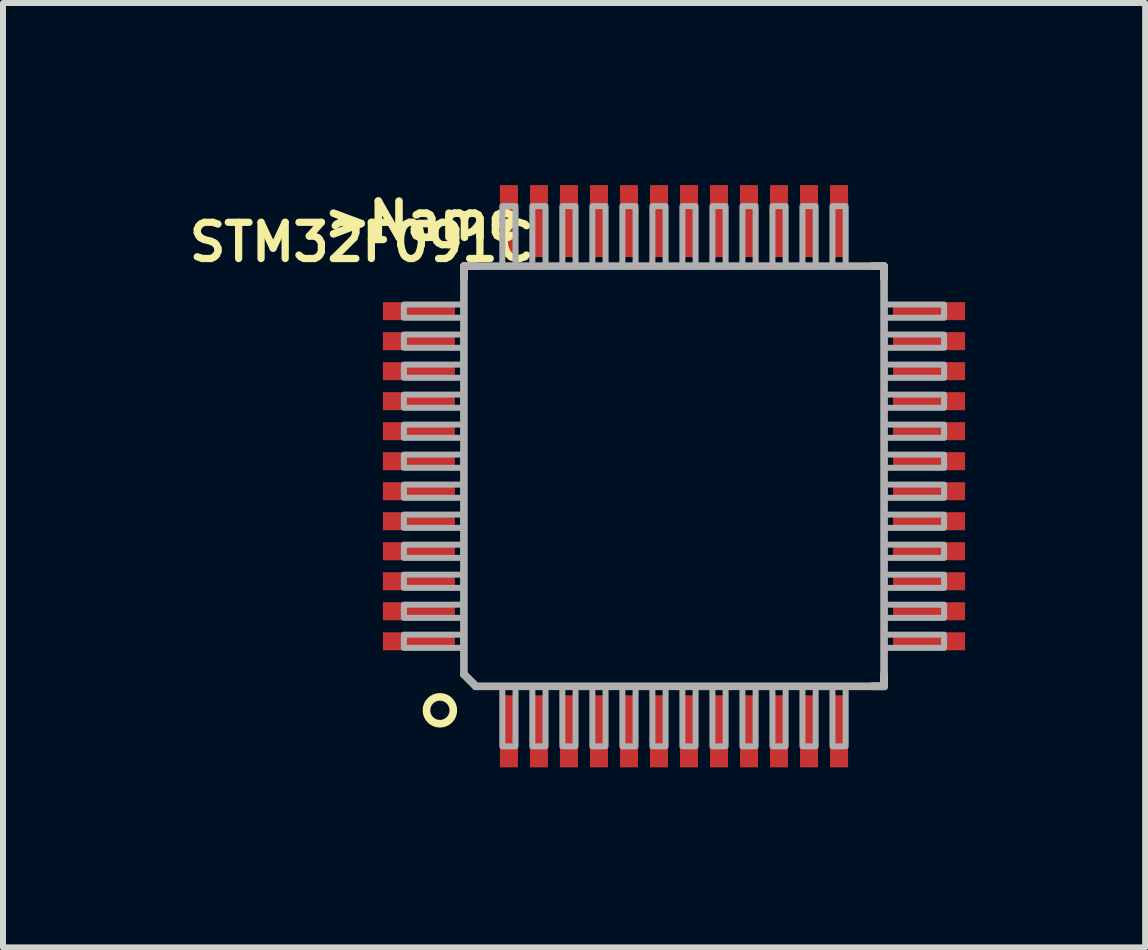
<source format=kicad_pcb>
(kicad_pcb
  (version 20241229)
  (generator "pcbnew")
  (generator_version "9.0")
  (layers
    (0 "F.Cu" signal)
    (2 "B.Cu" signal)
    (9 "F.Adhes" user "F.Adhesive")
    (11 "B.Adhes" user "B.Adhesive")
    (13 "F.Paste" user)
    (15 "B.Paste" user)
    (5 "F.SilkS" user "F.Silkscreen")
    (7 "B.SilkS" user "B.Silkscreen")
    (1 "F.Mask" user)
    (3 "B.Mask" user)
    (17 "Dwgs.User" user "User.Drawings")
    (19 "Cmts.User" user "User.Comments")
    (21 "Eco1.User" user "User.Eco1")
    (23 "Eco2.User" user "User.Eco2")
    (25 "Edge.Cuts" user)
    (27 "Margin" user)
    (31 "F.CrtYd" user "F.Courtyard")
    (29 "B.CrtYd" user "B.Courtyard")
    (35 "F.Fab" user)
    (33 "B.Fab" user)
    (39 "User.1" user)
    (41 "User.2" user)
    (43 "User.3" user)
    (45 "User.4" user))
  (footprint "STM32F091C"
    (layer "F.Cu")
    (at 8.179 4.884)
    (property "Reference" "STM32F091C" (at -5.2 -3.9 0) (layer "F.SilkS") (effects (font (size 0.603 0.603) (thickness 0.121))))
    (attr through_hole)
    (fp_line (start -3.5 -3.5) (end -3.3 -3.5) (stroke (width 0.127) (type solid)) (layer "F.SilkS"))
    (fp_line (start -3.5 -3.3) (end -3.5 -3.5) (stroke (width 0.127) (type solid)) (layer "F.SilkS"))
    (fp_line (start -3.3 3.5) (end -3.5 3.3) (stroke (width 0.127) (type solid)) (layer "F.SilkS"))
    (fp_line (start 3.3 -3.5) (end 3.5 -3.5) (stroke (width 0.127) (type solid)) (layer "F.SilkS"))
    (fp_line (start 3.5 -3.5) (end 3.5 -3.3) (stroke (width 0.127) (type solid)) (layer "F.SilkS"))
    (fp_line (start 3.5 3.5) (end 3.3 3.5) (stroke (width 0.127) (type solid)) (layer "F.SilkS"))
    (fp_line (start 3.5 3.5) (end 3.5 3.3) (stroke (width 0.127) (type solid)) (layer "F.SilkS"))
    (fp_circle (center -3.9 3.9) (end -3.676 3.9) (stroke (width 0.127) (type solid)) (fill no) (layer "F.SilkS"))
    (fp_line (start -3.5 -3.5) (end 3.5 -3.5) (stroke (width 0.127) (type solid)) (layer "F.Fab"))
    (fp_line (start -3.5 3.3) (end -3.5 -3.5) (stroke (width 0.127) (type solid)) (layer "F.Fab"))
    (fp_line (start -3.3 3.5) (end -3.5 3.3) (stroke (width 0.127) (type solid)) (layer "F.Fab"))
    (fp_line (start 3.5 -3.5) (end 3.5 3.5) (stroke (width 0.127) (type solid)) (layer "F.Fab"))
    (fp_line (start 3.5 3.5) (end -3.3 3.5) (stroke (width 0.127) (type solid)) (layer "F.Fab"))
    (fp_poly (pts (xy -3.5 -2.86) (xy -4.5 -2.86) (xy -4.5 -2.64) (xy -3.5 -2.64)) (stroke (width 0.1) (type solid)) (fill no) (layer "F.Fab"))
    (fp_poly (pts (xy -3.5 -2.36) (xy -4.5 -2.36) (xy -4.5 -2.14) (xy -3.5 -2.14)) (stroke (width 0.1) (type solid)) (fill no) (layer "F.Fab"))
    (fp_poly (pts (xy -3.5 -1.86) (xy -4.5 -1.86) (xy -4.5 -1.64) (xy -3.5 -1.64)) (stroke (width 0.1) (type solid)) (fill no) (layer "F.Fab"))
    (fp_poly (pts (xy -3.5 -1.36) (xy -4.5 -1.36) (xy -4.5 -1.14) (xy -3.5 -1.14)) (stroke (width 0.1) (type solid)) (fill no) (layer "F.Fab"))
    (fp_poly (pts (xy -3.5 -0.86) (xy -4.5 -0.86) (xy -4.5 -0.64) (xy -3.5 -0.64)) (stroke (width 0.1) (type solid)) (fill no) (layer "F.Fab"))
    (fp_poly (pts (xy -3.5 -0.36) (xy -4.5 -0.36) (xy -4.5 -0.14) (xy -3.5 -0.14)) (stroke (width 0.1) (type solid)) (fill no) (layer "F.Fab"))
    (fp_poly (pts (xy -3.5 0.14) (xy -4.5 0.14) (xy -4.5 0.36) (xy -3.5 0.36)) (stroke (width 0.1) (type solid)) (fill no) (layer "F.Fab"))
    (fp_poly (pts (xy -3.5 0.64) (xy -4.5 0.64) (xy -4.5 0.86) (xy -3.5 0.86)) (stroke (width 0.1) (type solid)) (fill no) (layer "F.Fab"))
    (fp_poly (pts (xy -3.5 1.14) (xy -4.5 1.14) (xy -4.5 1.36) (xy -3.5 1.36)) (stroke (width 0.1) (type solid)) (fill no) (layer "F.Fab"))
    (fp_poly (pts (xy -3.5 1.64) (xy -4.5 1.64) (xy -4.5 1.86) (xy -3.5 1.86)) (stroke (width 0.1) (type solid)) (fill no) (layer "F.Fab"))
    (fp_poly (pts (xy -3.5 2.14) (xy -4.5 2.14) (xy -4.5 2.36) (xy -3.5 2.36)) (stroke (width 0.1) (type solid)) (fill no) (layer "F.Fab"))
    (fp_poly (pts (xy -3.5 2.64) (xy -4.5 2.64) (xy -4.5 2.86) (xy -3.5 2.86)) (stroke (width 0.1) (type solid)) (fill no) (layer "F.Fab"))
    (fp_poly (pts (xy -2.86 -4.5) (xy -2.86 -3.5) (xy -2.64 -3.5) (xy -2.64 -4.5)) (stroke (width 0.1) (type solid)) (fill no) (layer "F.Fab"))
    (fp_poly (pts (xy -2.64 4.5) (xy -2.64 3.5) (xy -2.86 3.5) (xy -2.86 4.5)) (stroke (width 0.1) (type solid)) (fill no) (layer "F.Fab"))
    (fp_poly (pts (xy -2.36 -4.5) (xy -2.36 -3.5) (xy -2.14 -3.5) (xy -2.14 -4.5)) (stroke (width 0.1) (type solid)) (fill no) (layer "F.Fab"))
    (fp_poly (pts (xy -2.14 4.5) (xy -2.14 3.5) (xy -2.36 3.5) (xy -2.36 4.5)) (stroke (width 0.1) (type solid)) (fill no) (layer "F.Fab"))
    (fp_poly (pts (xy -1.86 -4.5) (xy -1.86 -3.5) (xy -1.64 -3.5) (xy -1.64 -4.5)) (stroke (width 0.1) (type solid)) (fill no) (layer "F.Fab"))
    (fp_poly (pts (xy -1.64 4.5) (xy -1.64 3.5) (xy -1.86 3.5) (xy -1.86 4.5)) (stroke (width 0.1) (type solid)) (fill no) (layer "F.Fab"))
    (fp_poly (pts (xy -1.36 -4.5) (xy -1.36 -3.5) (xy -1.14 -3.5) (xy -1.14 -4.5)) (stroke (width 0.1) (type solid)) (fill no) (layer "F.Fab"))
    (fp_poly (pts (xy -1.14 4.5) (xy -1.14 3.5) (xy -1.36 3.5) (xy -1.36 4.5)) (stroke (width 0.1) (type solid)) (fill no) (layer "F.Fab"))
    (fp_poly (pts (xy -0.86 -4.5) (xy -0.86 -3.5) (xy -0.64 -3.5) (xy -0.64 -4.5)) (stroke (width 0.1) (type solid)) (fill no) (layer "F.Fab"))
    (fp_poly (pts (xy -0.64 4.5) (xy -0.64 3.5) (xy -0.86 3.5) (xy -0.86 4.5)) (stroke (width 0.1) (type solid)) (fill no) (layer "F.Fab"))
    (fp_poly (pts (xy -0.36 -4.5) (xy -0.36 -3.5) (xy -0.14 -3.5) (xy -0.14 -4.5)) (stroke (width 0.1) (type solid)) (fill no) (layer "F.Fab"))
    (fp_poly (pts (xy -0.14 4.5) (xy -0.14 3.5) (xy -0.36 3.5) (xy -0.36 4.5)) (stroke (width 0.1) (type solid)) (fill no) (layer "F.Fab"))
    (fp_poly (pts (xy 0.14 -4.5) (xy 0.14 -3.5) (xy 0.36 -3.5) (xy 0.36 -4.5)) (stroke (width 0.1) (type solid)) (fill no) (layer "F.Fab"))
    (fp_poly (pts (xy 0.36 4.5) (xy 0.36 3.5) (xy 0.14 3.5) (xy 0.14 4.5)) (stroke (width 0.1) (type solid)) (fill no) (layer "F.Fab"))
    (fp_poly (pts (xy 0.64 -4.5) (xy 0.64 -3.5) (xy 0.86 -3.5) (xy 0.86 -4.5)) (stroke (width 0.1) (type solid)) (fill no) (layer "F.Fab"))
    (fp_poly (pts (xy 0.86 4.5) (xy 0.86 3.5) (xy 0.64 3.5) (xy 0.64 4.5)) (stroke (width 0.1) (type solid)) (fill no) (layer "F.Fab"))
    (fp_poly (pts (xy 1.14 -4.5) (xy 1.14 -3.5) (xy 1.36 -3.5) (xy 1.36 -4.5)) (stroke (width 0.1) (type solid)) (fill no) (layer "F.Fab"))
    (fp_poly (pts (xy 1.36 4.5) (xy 1.36 3.5) (xy 1.14 3.5) (xy 1.14 4.5)) (stroke (width 0.1) (type solid)) (fill no) (layer "F.Fab"))
    (fp_poly (pts (xy 1.64 -4.5) (xy 1.64 -3.5) (xy 1.86 -3.5) (xy 1.86 -4.5)) (stroke (width 0.1) (type solid)) (fill no) (layer "F.Fab"))
    (fp_poly (pts (xy 1.86 4.5) (xy 1.86 3.5) (xy 1.64 3.5) (xy 1.64 4.5)) (stroke (width 0.1) (type solid)) (fill no) (layer "F.Fab"))
    (fp_poly (pts (xy 2.14 -4.5) (xy 2.14 -3.5) (xy 2.36 -3.5) (xy 2.36 -4.5)) (stroke (width 0.1) (type solid)) (fill no) (layer "F.Fab"))
    (fp_poly (pts (xy 2.36 4.5) (xy 2.36 3.5) (xy 2.14 3.5) (xy 2.14 4.5)) (stroke (width 0.1) (type solid)) (fill no) (layer "F.Fab"))
    (fp_poly (pts (xy 2.64 -4.5) (xy 2.64 -3.5) (xy 2.86 -3.5) (xy 2.86 -4.5)) (stroke (width 0.1) (type solid)) (fill no) (layer "F.Fab"))
    (fp_poly (pts (xy 2.86 4.5) (xy 2.86 3.5) (xy 2.64 3.5) (xy 2.64 4.5)) (stroke (width 0.1) (type solid)) (fill no) (layer "F.Fab"))
    (fp_poly (pts (xy 4.5 -2.86) (xy 3.5 -2.86) (xy 3.5 -2.64) (xy 4.5 -2.64)) (stroke (width 0.1) (type solid)) (fill no) (layer "F.Fab"))
    (fp_poly (pts (xy 4.5 -2.36) (xy 3.5 -2.36) (xy 3.5 -2.14) (xy 4.5 -2.14)) (stroke (width 0.1) (type solid)) (fill no) (layer "F.Fab"))
    (fp_poly (pts (xy 4.5 -1.86) (xy 3.5 -1.86) (xy 3.5 -1.64) (xy 4.5 -1.64)) (stroke (width 0.1) (type solid)) (fill no) (layer "F.Fab"))
    (fp_poly (pts (xy 4.5 -1.36) (xy 3.5 -1.36) (xy 3.5 -1.14) (xy 4.5 -1.14)) (stroke (width 0.1) (type solid)) (fill no) (layer "F.Fab"))
    (fp_poly (pts (xy 4.5 -0.86) (xy 3.5 -0.86) (xy 3.5 -0.64) (xy 4.5 -0.64)) (stroke (width 0.1) (type solid)) (fill no) (layer "F.Fab"))
    (fp_poly (pts (xy 4.5 -0.36) (xy 3.5 -0.36) (xy 3.5 -0.14) (xy 4.5 -0.14)) (stroke (width 0.1) (type solid)) (fill no) (layer "F.Fab"))
    (fp_poly (pts (xy 4.5 0.14) (xy 3.5 0.14) (xy 3.5 0.36) (xy 4.5 0.36)) (stroke (width 0.1) (type solid)) (fill no) (layer "F.Fab"))
    (fp_poly (pts (xy 4.5 0.64) (xy 3.5 0.64) (xy 3.5 0.86) (xy 4.5 0.86)) (stroke (width 0.1) (type solid)) (fill no) (layer "F.Fab"))
    (fp_poly (pts (xy 4.5 1.14) (xy 3.5 1.14) (xy 3.5 1.36) (xy 4.5 1.36)) (stroke (width 0.1) (type solid)) (fill no) (layer "F.Fab"))
    (fp_poly (pts (xy 4.5 1.64) (xy 3.5 1.64) (xy 3.5 1.86) (xy 4.5 1.86)) (stroke (width 0.1) (type solid)) (fill no) (layer "F.Fab"))
    (fp_poly (pts (xy 4.5 2.14) (xy 3.5 2.14) (xy 3.5 2.36) (xy 4.5 2.36)) (stroke (width 0.1) (type solid)) (fill no) (layer "F.Fab"))
    (fp_poly (pts (xy 4.5 2.64) (xy 3.5 2.64) (xy 3.5 2.86) (xy 4.5 2.86)) (stroke (width 0.1) (type solid)) (fill no) (layer "F.Fab"))
    (fp_text user ">Name" (at -5.9 -3.9 0) (layer "F.SilkS") (effects (font (size 0.603 0.603) (thickness 0.127)) (justify left bottom)))
    (pad "1" smd rect (at -2.75 4.25 90) (size 1.2 0.3) (layers "F.Cu" "F.Mask" "F.Paste"))
    (pad "2" smd rect (at -2.25 4.25 90) (size 1.2 0.3) (layers "F.Cu" "F.Mask" "F.Paste"))
    (pad "3" smd rect (at -1.75 4.25 90) (size 1.2 0.3) (layers "F.Cu" "F.Mask" "F.Paste"))
    (pad "4" smd rect (at -1.25 4.25 90) (size 1.2 0.3) (layers "F.Cu" "F.Mask" "F.Paste"))
    (pad "5" smd rect (at -0.75 4.25 90) (size 1.2 0.3) (layers "F.Cu" "F.Mask" "F.Paste"))
    (pad "6" smd rect (at -0.25 4.25 90) (size 1.2 0.3) (layers "F.Cu" "F.Mask" "F.Paste"))
    (pad "7" smd rect (at 0.25 4.25 90) (size 1.2 0.3) (layers "F.Cu" "F.Mask" "F.Paste"))
    (pad "8" smd rect (at 0.75 4.25 90) (size 1.2 0.3) (layers "F.Cu" "F.Mask" "F.Paste"))
    (pad "9" smd rect (at 1.25 4.25 90) (size 1.2 0.3) (layers "F.Cu" "F.Mask" "F.Paste"))
    (pad "10" smd rect (at 1.75 4.25 90) (size 1.2 0.3) (layers "F.Cu" "F.Mask" "F.Paste"))
    (pad "11" smd rect (at 2.25 4.25 90) (size 1.2 0.3) (layers "F.Cu" "F.Mask" "F.Paste"))
    (pad "12" smd rect (at 2.75 4.25 90) (size 1.2 0.3) (layers "F.Cu" "F.Mask" "F.Paste"))
    (pad "13" smd rect (at 4.25 2.75 180) (size 1.2 0.3) (layers "F.Cu" "F.Mask" "F.Paste"))
    (pad "14" smd rect (at 4.25 2.25 180) (size 1.2 0.3) (layers "F.Cu" "F.Mask" "F.Paste"))
    (pad "15" smd rect (at 4.25 1.75 180) (size 1.2 0.3) (layers "F.Cu" "F.Mask" "F.Paste"))
    (pad "16" smd rect (at 4.25 1.25 180) (size 1.2 0.3) (layers "F.Cu" "F.Mask" "F.Paste"))
    (pad "17" smd rect (at 4.25 0.75 180) (size 1.2 0.3) (layers "F.Cu" "F.Mask" "F.Paste"))
    (pad "18" smd rect (at 4.25 0.25 180) (size 1.2 0.3) (layers "F.Cu" "F.Mask" "F.Paste"))
    (pad "19" smd rect (at 4.25 -0.25 180) (size 1.2 0.3) (layers "F.Cu" "F.Mask" "F.Paste"))
    (pad "20" smd rect (at 4.25 -0.75 180) (size 1.2 0.3) (layers "F.Cu" "F.Mask" "F.Paste"))
    (pad "21" smd rect (at 4.25 -1.25 180) (size 1.2 0.3) (layers "F.Cu" "F.Mask" "F.Paste"))
    (pad "22" smd rect (at 4.25 -1.75 180) (size 1.2 0.3) (layers "F.Cu" "F.Mask" "F.Paste"))
    (pad "23" smd rect (at 4.25 -2.25 180) (size 1.2 0.3) (layers "F.Cu" "F.Mask" "F.Paste"))
    (pad "24" smd rect (at 4.25 -2.75 180) (size 1.2 0.3) (layers "F.Cu" "F.Mask" "F.Paste"))
    (pad "25" smd rect (at 2.75 -4.25 270) (size 1.2 0.3) (layers "F.Cu" "F.Mask" "F.Paste"))
    (pad "26" smd rect (at 2.25 -4.25 270) (size 1.2 0.3) (layers "F.Cu" "F.Mask" "F.Paste"))
    (pad "27" smd rect (at 1.75 -4.25 270) (size 1.2 0.3) (layers "F.Cu" "F.Mask" "F.Paste"))
    (pad "28" smd rect (at 1.25 -4.25 270) (size 1.2 0.3) (layers "F.Cu" "F.Mask" "F.Paste"))
    (pad "29" smd rect (at 0.75 -4.25 270) (size 1.2 0.3) (layers "F.Cu" "F.Mask" "F.Paste"))
    (pad "30" smd rect (at 0.25 -4.25 270) (size 1.2 0.3) (layers "F.Cu" "F.Mask" "F.Paste"))
    (pad "31" smd rect (at -0.25 -4.25 270) (size 1.2 0.3) (layers "F.Cu" "F.Mask" "F.Paste"))
    (pad "32" smd rect (at -0.75 -4.25 270) (size 1.2 0.3) (layers "F.Cu" "F.Mask" "F.Paste"))
    (pad "33" smd rect (at -1.25 -4.25 270) (size 1.2 0.3) (layers "F.Cu" "F.Mask" "F.Paste"))
    (pad "34" smd rect (at -1.75 -4.25 270) (size 1.2 0.3) (layers "F.Cu" "F.Mask" "F.Paste"))
    (pad "35" smd rect (at -2.25 -4.25 270) (size 1.2 0.3) (layers "F.Cu" "F.Mask" "F.Paste"))
    (pad "36" smd rect (at -2.75 -4.25 270) (size 1.2 0.3) (layers "F.Cu" "F.Mask" "F.Paste"))
    (pad "37" smd rect (at -4.25 -2.75) (size 1.2 0.3) (layers "F.Cu" "F.Mask" "F.Paste"))
    (pad "38" smd rect (at -4.25 -2.25) (size 1.2 0.3) (layers "F.Cu" "F.Mask" "F.Paste"))
    (pad "39" smd rect (at -4.25 -1.75) (size 1.2 0.3) (layers "F.Cu" "F.Mask" "F.Paste"))
    (pad "40" smd rect (at -4.25 -1.25) (size 1.2 0.3) (layers "F.Cu" "F.Mask" "F.Paste"))
    (pad "41" smd rect (at -4.25 -0.75) (size 1.2 0.3) (layers "F.Cu" "F.Mask" "F.Paste"))
    (pad "42" smd rect (at -4.25 -0.25) (size 1.2 0.3) (layers "F.Cu" "F.Mask" "F.Paste"))
    (pad "43" smd rect (at -4.25 0.25) (size 1.2 0.3) (layers "F.Cu" "F.Mask" "F.Paste"))
    (pad "44" smd rect (at -4.25 0.75) (size 1.2 0.3) (layers "F.Cu" "F.Mask" "F.Paste"))
    (pad "45" smd rect (at -4.25 1.25) (size 1.2 0.3) (layers "F.Cu" "F.Mask" "F.Paste"))
    (pad "46" smd rect (at -4.25 1.75) (size 1.2 0.3) (layers "F.Cu" "F.Mask" "F.Paste"))
    (pad "47" smd rect (at -4.25 2.25) (size 1.2 0.3) (layers "F.Cu" "F.Mask" "F.Paste"))
    (pad "48" smd rect (at -4.25 2.75) (size 1.2 0.3) (layers "F.Cu" "F.Mask" "F.Paste")))
  (gr_rect
    (start -3 -3)
    (end 16.029 12.734)
    (stroke (width 0.1) (type default))
    (fill no)
    (layer "Edge.Cuts")))
</source>
